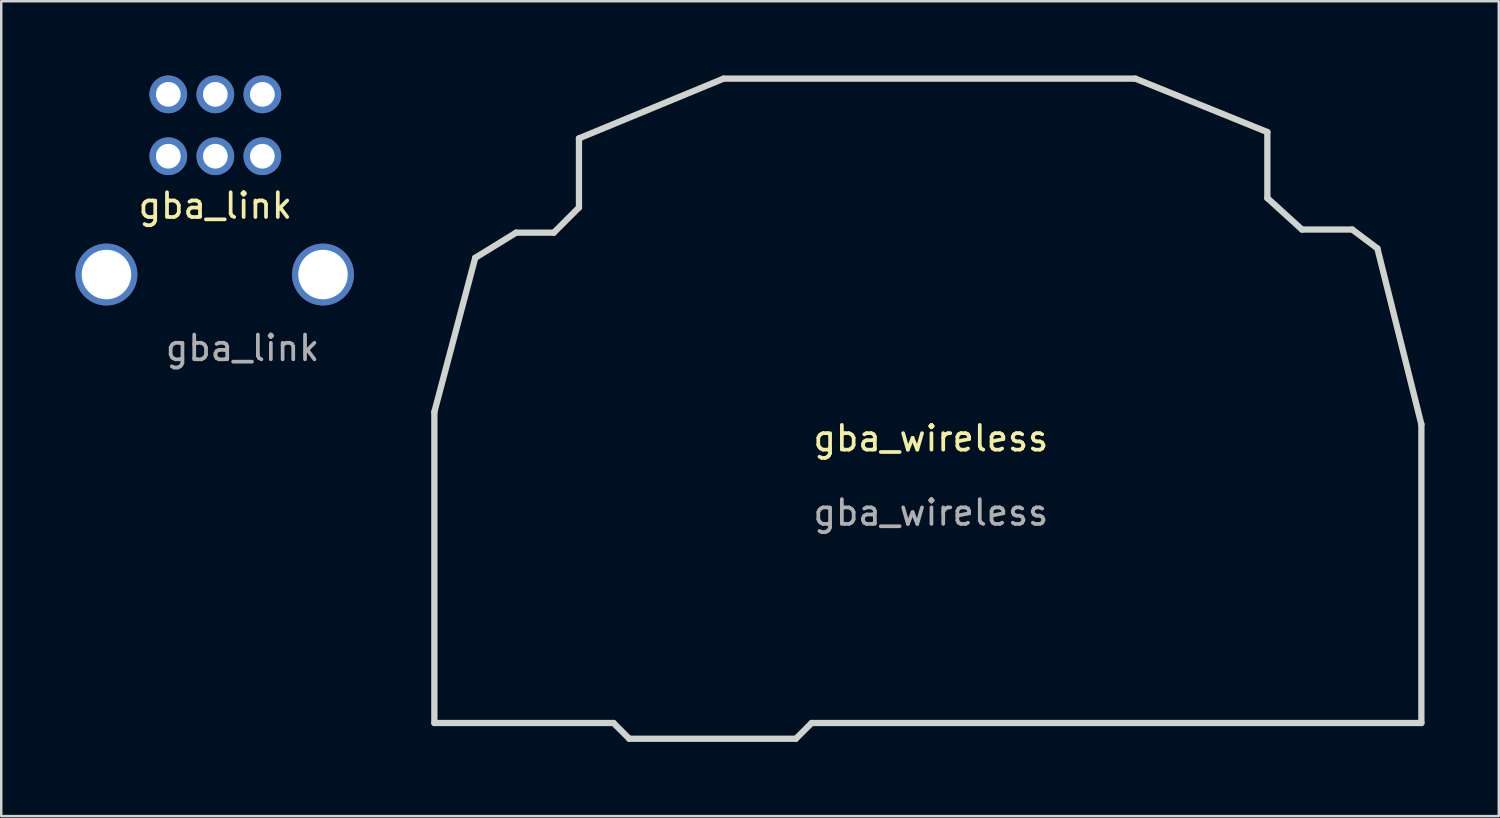
<source format=kicad_pcb>
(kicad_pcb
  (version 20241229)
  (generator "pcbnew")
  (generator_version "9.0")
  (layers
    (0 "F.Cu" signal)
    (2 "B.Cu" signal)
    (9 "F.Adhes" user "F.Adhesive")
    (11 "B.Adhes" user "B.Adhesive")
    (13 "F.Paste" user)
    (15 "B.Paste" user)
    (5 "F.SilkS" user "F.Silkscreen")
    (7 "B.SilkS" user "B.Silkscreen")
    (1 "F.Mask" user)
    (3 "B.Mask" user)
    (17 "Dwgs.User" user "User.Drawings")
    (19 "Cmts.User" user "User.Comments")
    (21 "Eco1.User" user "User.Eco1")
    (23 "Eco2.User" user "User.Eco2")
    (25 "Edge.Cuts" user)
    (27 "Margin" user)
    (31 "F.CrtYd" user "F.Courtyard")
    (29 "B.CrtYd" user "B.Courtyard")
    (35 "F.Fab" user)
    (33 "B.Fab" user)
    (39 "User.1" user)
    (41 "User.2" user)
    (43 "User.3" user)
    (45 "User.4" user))
  (footprint "gba_wireless"
    (layer "F.Cu")
    (at 14.5 26.162)
    (property "Reference" "gba_wireless" (at 20.059 -11.5 0) (unlocked yes) (layer "F.SilkS") (effects (font (size 1 1) (thickness 0.15))))
    (attr through_hole)
    (fp_line (start 0 -12.573) (end 0 0) (stroke (width 0.254) (type solid)) (layer "Edge.Cuts"))
    (fp_line (start 0 0) (end 7.239 0) (stroke (width 0.254) (type solid)) (layer "Edge.Cuts"))
    (fp_line (start 1.651 -18.796) (end 0 -12.573) (stroke (width 0.254) (type solid)) (layer "Edge.Cuts"))
    (fp_line (start 3.302 -19.812) (end 1.651 -18.796) (stroke (width 0.254) (type solid)) (layer "Edge.Cuts"))
    (fp_line (start 4.826 -19.812) (end 3.302 -19.812) (stroke (width 0.254) (type solid)) (layer "Edge.Cuts"))
    (fp_line (start 5.842 -23.622) (end 5.842 -20.828) (stroke (width 0.254) (type solid)) (layer "Edge.Cuts"))
    (fp_line (start 5.842 -20.828) (end 4.826 -19.812) (stroke (width 0.254) (type solid)) (layer "Edge.Cuts"))
    (fp_line (start 7.239 0) (end 7.874 0.635) (stroke (width 0.254) (type solid)) (layer "Edge.Cuts"))
    (fp_line (start 7.874 0.635) (end 14.605 0.635) (stroke (width 0.254) (type solid)) (layer "Edge.Cuts"))
    (fp_line (start 11.684 -26.035) (end 5.842 -23.622) (stroke (width 0.254) (type solid)) (layer "Edge.Cuts"))
    (fp_line (start 14.605 0.635) (end 15.24 0) (stroke (width 0.254) (type solid)) (layer "Edge.Cuts"))
    (fp_line (start 15.24 0) (end 39.878 0) (stroke (width 0.254) (type solid)) (layer "Edge.Cuts"))
    (fp_line (start 28.321 -26.035) (end 11.684 -26.035) (stroke (width 0.254) (type solid)) (layer "Edge.Cuts"))
    (fp_line (start 33.655 -23.876) (end 28.321 -26.035) (stroke (width 0.254) (type solid)) (layer "Edge.Cuts"))
    (fp_line (start 33.655 -21.209) (end 33.655 -23.876) (stroke (width 0.254) (type solid)) (layer "Edge.Cuts"))
    (fp_line (start 35.052 -19.939) (end 33.655 -21.209) (stroke (width 0.254) (type solid)) (layer "Edge.Cuts"))
    (fp_line (start 37.084 -19.939) (end 35.052 -19.939) (stroke (width 0.254) (type solid)) (layer "Edge.Cuts"))
    (fp_line (start 38.1 -19.177) (end 37.084 -19.939) (stroke (width 0.254) (type solid)) (layer "Edge.Cuts"))
    (fp_line (start 39.878 -12.065) (end 38.1 -19.177) (stroke (width 0.254) (type solid)) (layer "Edge.Cuts"))
    (fp_line (start 39.878 0) (end 39.878 -12.065) (stroke (width 0.254) (type solid)) (layer "Edge.Cuts"))
    (fp_text user "${REFERENCE}" (at 20.059 -8.5 0) (unlocked yes) (layer "F.Fab") (effects (font (size 1 1) (thickness 0.15)))))
  (footprint "gba_link"
    (layer "F.Cu")
    (at 5.65 3.262)
    (property "Reference" "gba_link" (at 0 2 0) (unlocked yes) (layer "F.SilkS") (effects (font (size 1 1) (thickness 0.15))))
    (attr through_hole)
    (fp_text user "${REFERENCE}" (at 1.1 7.75 0) (unlocked yes) (layer "F.Fab") (effects (font (size 1 1) (thickness 0.15))))
    (pad "1" thru_hole circle (at -1.9 -2.5) (size 1.524 1.524) (drill 1) (layers "*.Cu" "*.Mask"))
    (pad "2" thru_hole circle (at -1.9 0) (size 1.524 1.524) (drill 1) (layers "*.Cu" "*.Mask"))
    (pad "3" thru_hole circle (at 0 -2.5) (size 1.524 1.524) (drill 1) (layers "*.Cu" "*.Mask"))
    (pad "4" thru_hole circle (at 0 0) (size 1.524 1.524) (drill 1) (layers "*.Cu" "*.Mask"))
    (pad "5" thru_hole circle (at 1.9 -2.5) (size 1.524 1.524) (drill 1) (layers "*.Cu" "*.Mask"))
    (pad "6" thru_hole circle (at 1.9 0) (size 1.524 1.524) (drill 1) (layers "*.Cu" "*.Mask"))
    (pad "7" thru_hole circle (at -4.4 4.78) (size 2.5 2.5) (drill 2) (layers "*.Cu" "*.Mask"))
    (pad "7" thru_hole circle (at 4.35 4.78) (size 2.5 2.5) (drill 2) (layers "*.Cu" "*.Mask")))
  (gr_rect
    (start -3 -3)
    (end 57.505 29.924)
    (stroke (width 0.1) (type default))
    (fill no)
    (layer "Edge.Cuts")))
</source>
